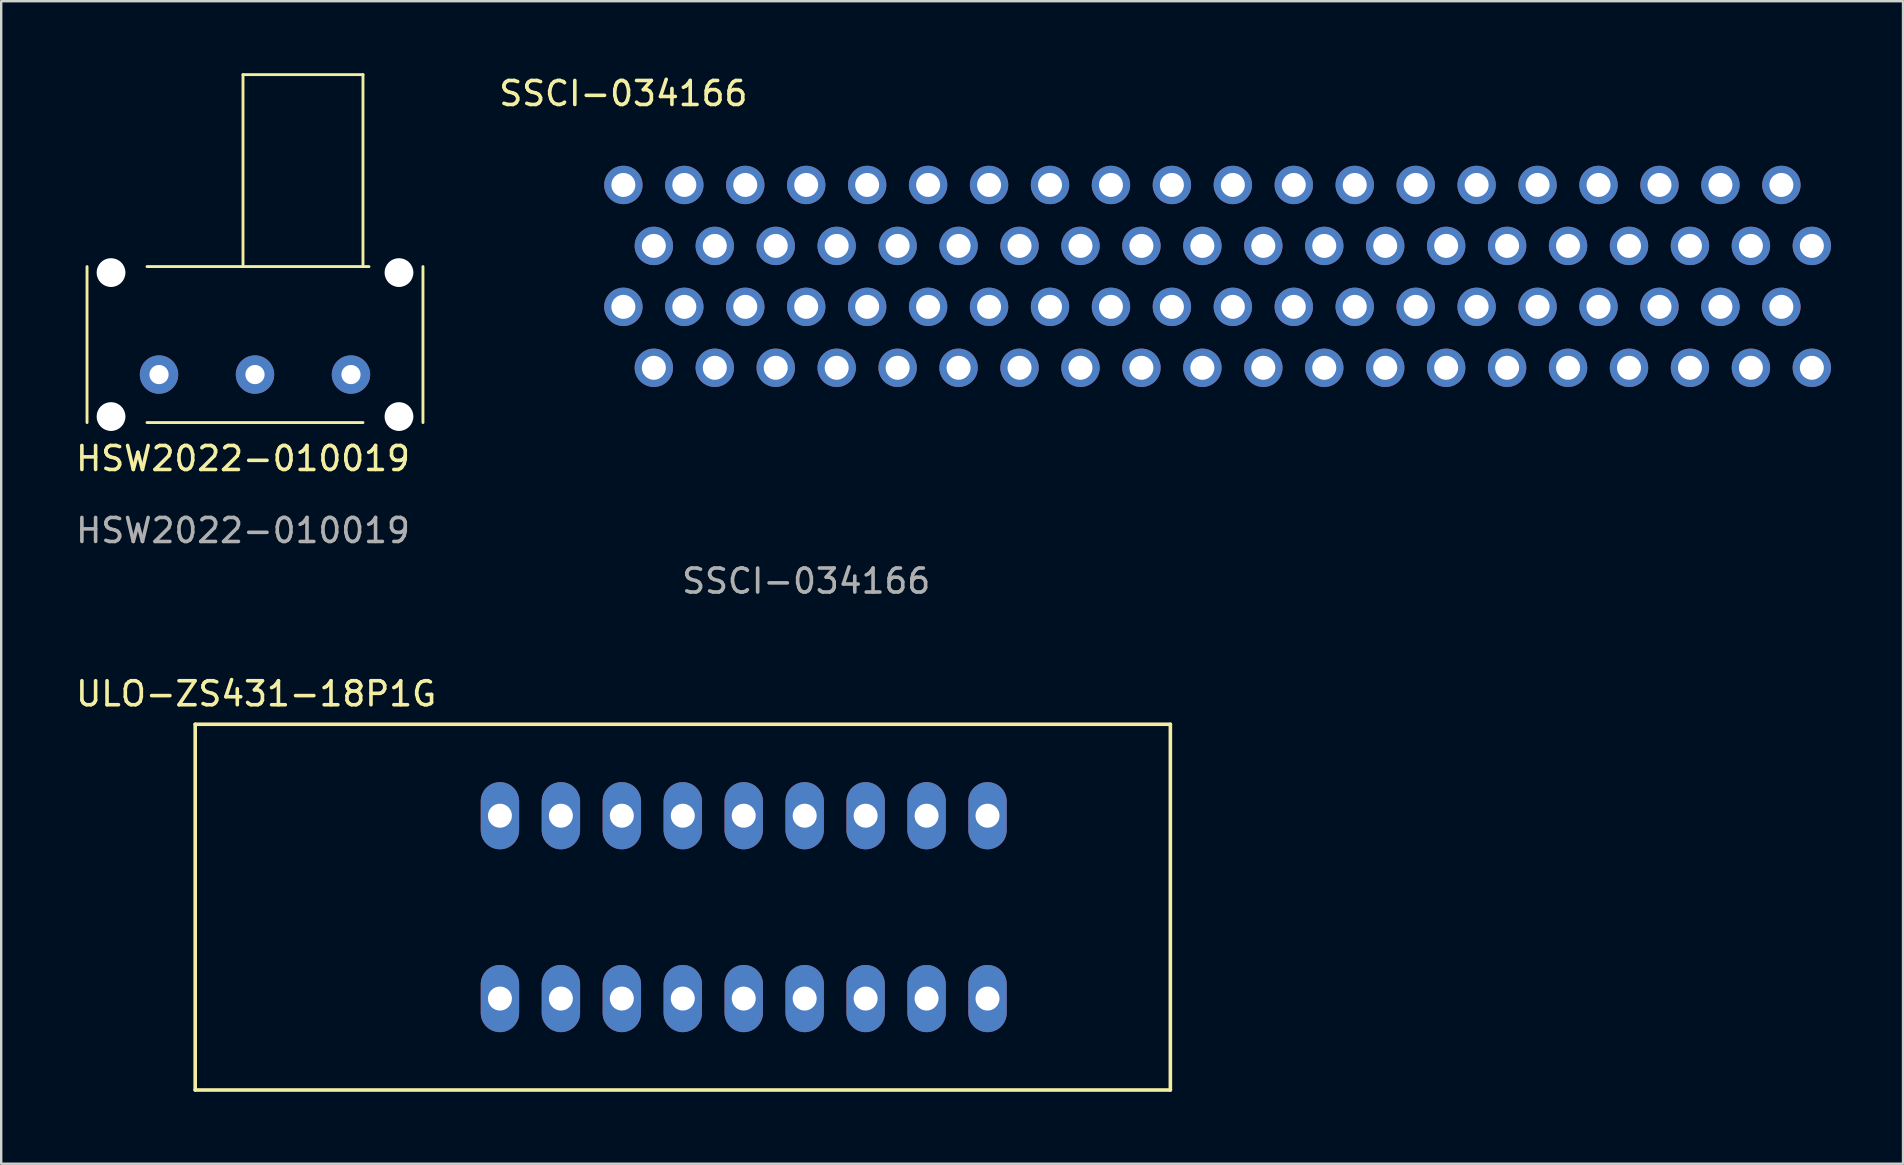
<source format=kicad_pcb>
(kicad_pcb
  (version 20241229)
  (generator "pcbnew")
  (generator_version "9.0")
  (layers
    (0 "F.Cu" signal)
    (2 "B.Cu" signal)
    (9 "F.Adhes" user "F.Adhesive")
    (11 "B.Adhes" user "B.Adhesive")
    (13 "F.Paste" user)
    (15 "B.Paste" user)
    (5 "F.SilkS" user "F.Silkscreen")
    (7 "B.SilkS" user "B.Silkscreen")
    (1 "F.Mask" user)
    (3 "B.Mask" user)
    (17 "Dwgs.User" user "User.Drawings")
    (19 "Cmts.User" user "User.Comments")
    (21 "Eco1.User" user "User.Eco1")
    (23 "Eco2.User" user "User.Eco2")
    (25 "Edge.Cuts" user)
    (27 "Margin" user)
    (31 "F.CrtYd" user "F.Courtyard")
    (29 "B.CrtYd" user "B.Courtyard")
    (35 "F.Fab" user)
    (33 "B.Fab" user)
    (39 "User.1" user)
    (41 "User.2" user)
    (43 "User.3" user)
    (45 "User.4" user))
  (footprint "SSCI-034166"
    (layer "F.Cu")
    (at 48.329 8.468)
    (property "Reference" "SSCI-034166" (at -25.4 -7.62 0) (unlocked yes) (layer "F.SilkS") (effects (font (size 1 1) (thickness 0.15))))
    (attr through_hole)
    (fp_text user "${REFERENCE}" (at -17.78 12.7 0) (unlocked yes) (layer "F.Fab") (effects (font (size 1 1) (thickness 0.15))))
    (pad "1" thru_hole circle (at -25.4 1.27) (size 1.6 1.6) (drill 1) (layers "*.Cu" "*.Mask"))
    (pad "2" thru_hole circle (at -24.13 3.81) (size 1.6 1.6) (drill 1) (layers "*.Cu" "*.Mask"))
    (pad "3" thru_hole circle (at -22.86 1.27) (size 1.6 1.6) (drill 1) (layers "*.Cu" "*.Mask"))
    (pad "4" thru_hole circle (at -21.59 3.81) (size 1.6 1.6) (drill 1) (layers "*.Cu" "*.Mask"))
    (pad "5" thru_hole circle (at -20.32 1.27) (size 1.6 1.6) (drill 1) (layers "*.Cu" "*.Mask"))
    (pad "6" thru_hole circle (at -19.05 3.81) (size 1.6 1.6) (drill 1) (layers "*.Cu" "*.Mask"))
    (pad "7" thru_hole circle (at -17.78 1.27) (size 1.6 1.6) (drill 1) (layers "*.Cu" "*.Mask"))
    (pad "8" thru_hole circle (at -16.51 3.81) (size 1.6 1.6) (drill 1) (layers "*.Cu" "*.Mask"))
    (pad "9" thru_hole circle (at -15.24 1.27) (size 1.6 1.6) (drill 1) (layers "*.Cu" "*.Mask"))
    (pad "10" thru_hole circle (at -13.97 3.81) (size 1.6 1.6) (drill 1) (layers "*.Cu" "*.Mask"))
    (pad "11" thru_hole circle (at -12.7 1.27) (size 1.6 1.6) (drill 1) (layers "*.Cu" "*.Mask"))
    (pad "12" thru_hole circle (at -11.43 3.81) (size 1.6 1.6) (drill 1) (layers "*.Cu" "*.Mask"))
    (pad "13" thru_hole circle (at -10.16 1.27) (size 1.6 1.6) (drill 1) (layers "*.Cu" "*.Mask"))
    (pad "14" thru_hole circle (at -8.89 3.81) (size 1.6 1.6) (drill 1) (layers "*.Cu" "*.Mask"))
    (pad "15" thru_hole circle (at -7.62 1.27) (size 1.6 1.6) (drill 1) (layers "*.Cu" "*.Mask"))
    (pad "16" thru_hole circle (at -6.35 3.81) (size 1.6 1.6) (drill 1) (layers "*.Cu" "*.Mask"))
    (pad "17" thru_hole circle (at -5.08 1.27) (size 1.6 1.6) (drill 1) (layers "*.Cu" "*.Mask"))
    (pad "18" thru_hole circle (at -3.81 3.81) (size 1.6 1.6) (drill 1) (layers "*.Cu" "*.Mask"))
    (pad "19" thru_hole circle (at -2.54 1.27) (size 1.6 1.6) (drill 1) (layers "*.Cu" "*.Mask"))
    (pad "20" thru_hole circle (at -1.27 3.81) (size 1.6 1.6) (drill 1) (layers "*.Cu" "*.Mask"))
    (pad "21" thru_hole circle (at 0 1.27) (size 1.6 1.6) (drill 1) (layers "*.Cu" "*.Mask"))
    (pad "22" thru_hole circle (at 1.27 3.81) (size 1.6 1.6) (drill 1) (layers "*.Cu" "*.Mask"))
    (pad "23" thru_hole circle (at 2.54 1.27) (size 1.6 1.6) (drill 1) (layers "*.Cu" "*.Mask"))
    (pad "24" thru_hole circle (at 3.81 3.81) (size 1.6 1.6) (drill 1) (layers "*.Cu" "*.Mask"))
    (pad "25" thru_hole circle (at 5.08 1.27) (size 1.6 1.6) (drill 1) (layers "*.Cu" "*.Mask"))
    (pad "26" thru_hole circle (at 6.35 3.81) (size 1.6 1.6) (drill 1) (layers "*.Cu" "*.Mask"))
    (pad "27" thru_hole circle (at 7.62 1.27) (size 1.6 1.6) (drill 1) (layers "*.Cu" "*.Mask"))
    (pad "28" thru_hole circle (at 8.89 3.81) (size 1.6 1.6) (drill 1) (layers "*.Cu" "*.Mask"))
    (pad "29" thru_hole circle (at 10.16 1.27) (size 1.6 1.6) (drill 1) (layers "*.Cu" "*.Mask"))
    (pad "30" thru_hole circle (at 11.43 3.81) (size 1.6 1.6) (drill 1) (layers "*.Cu" "*.Mask"))
    (pad "31" thru_hole circle (at 12.7 1.27) (size 1.6 1.6) (drill 1) (layers "*.Cu" "*.Mask"))
    (pad "32" thru_hole circle (at 13.97 3.81) (size 1.6 1.6) (drill 1) (layers "*.Cu" "*.Mask"))
    (pad "33" thru_hole circle (at 15.24 1.27) (size 1.6 1.6) (drill 1) (layers "*.Cu" "*.Mask"))
    (pad "34" thru_hole circle (at 16.51 3.81) (size 1.6 1.6) (drill 1) (layers "*.Cu" "*.Mask"))
    (pad "35" thru_hole circle (at 17.78 1.27) (size 1.6 1.6) (drill 1) (layers "*.Cu" "*.Mask"))
    (pad "36" thru_hole circle (at 19.05 3.81) (size 1.6 1.6) (drill 1) (layers "*.Cu" "*.Mask"))
    (pad "37" thru_hole circle (at 20.32 1.27) (size 1.6 1.6) (drill 1) (layers "*.Cu" "*.Mask"))
    (pad "38" thru_hole circle (at 21.59 3.81) (size 1.6 1.6) (drill 1) (layers "*.Cu" "*.Mask"))
    (pad "39" thru_hole circle (at 22.86 1.27) (size 1.6 1.6) (drill 1) (layers "*.Cu" "*.Mask"))
    (pad "40" thru_hole circle (at 24.13 3.81) (size 1.6 1.6) (drill 1) (layers "*.Cu" "*.Mask"))
    (pad "41" thru_hole circle (at -25.4 -3.81) (size 1.6 1.6) (drill 1) (layers "*.Cu" "*.Mask"))
    (pad "42" thru_hole circle (at -24.13 -1.27) (size 1.6 1.6) (drill 1) (layers "*.Cu" "*.Mask"))
    (pad "43" thru_hole circle (at -22.86 -3.81) (size 1.6 1.6) (drill 1) (layers "*.Cu" "*.Mask"))
    (pad "44" thru_hole circle (at -21.59 -1.27) (size 1.6 1.6) (drill 1) (layers "*.Cu" "*.Mask"))
    (pad "45" thru_hole circle (at -20.32 -3.81) (size 1.6 1.6) (drill 1) (layers "*.Cu" "*.Mask"))
    (pad "46" thru_hole circle (at -19.05 -1.27) (size 1.6 1.6) (drill 1) (layers "*.Cu" "*.Mask"))
    (pad "47" thru_hole circle (at -17.78 -3.81) (size 1.6 1.6) (drill 1) (layers "*.Cu" "*.Mask"))
    (pad "48" thru_hole circle (at -16.51 -1.27) (size 1.6 1.6) (drill 1) (layers "*.Cu" "*.Mask"))
    (pad "49" thru_hole circle (at -15.24 -3.81) (size 1.6 1.6) (drill 1) (layers "*.Cu" "*.Mask"))
    (pad "50" thru_hole circle (at -13.97 -1.27) (size 1.6 1.6) (drill 1) (layers "*.Cu" "*.Mask"))
    (pad "51" thru_hole circle (at -12.7 -3.81) (size 1.6 1.6) (drill 1) (layers "*.Cu" "*.Mask"))
    (pad "52" thru_hole circle (at -11.43 -1.27) (size 1.6 1.6) (drill 1) (layers "*.Cu" "*.Mask"))
    (pad "53" thru_hole circle (at -10.16 -3.81) (size 1.6 1.6) (drill 1) (layers "*.Cu" "*.Mask"))
    (pad "54" thru_hole circle (at -8.89 -1.27) (size 1.6 1.6) (drill 1) (layers "*.Cu" "*.Mask"))
    (pad "55" thru_hole circle (at -7.62 -3.81) (size 1.6 1.6) (drill 1) (layers "*.Cu" "*.Mask"))
    (pad "56" thru_hole circle (at -6.35 -1.27) (size 1.6 1.6) (drill 1) (layers "*.Cu" "*.Mask"))
    (pad "57" thru_hole circle (at -5.08 -3.81) (size 1.6 1.6) (drill 1) (layers "*.Cu" "*.Mask"))
    (pad "58" thru_hole circle (at -3.81 -1.27) (size 1.6 1.6) (drill 1) (layers "*.Cu" "*.Mask"))
    (pad "59" thru_hole circle (at -2.54 -3.81) (size 1.6 1.6) (drill 1) (layers "*.Cu" "*.Mask"))
    (pad "60" thru_hole circle (at -1.27 -1.27) (size 1.6 1.6) (drill 1) (layers "*.Cu" "*.Mask"))
    (pad "61" thru_hole circle (at 0 -3.81) (size 1.6 1.6) (drill 1) (layers "*.Cu" "*.Mask"))
    (pad "62" thru_hole circle (at 1.27 -1.27) (size 1.6 1.6) (drill 1) (layers "*.Cu" "*.Mask"))
    (pad "63" thru_hole circle (at 2.54 -3.81) (size 1.6 1.6) (drill 1) (layers "*.Cu" "*.Mask"))
    (pad "64" thru_hole circle (at 3.81 -1.27) (size 1.6 1.6) (drill 1) (layers "*.Cu" "*.Mask"))
    (pad "65" thru_hole circle (at 5.08 -3.81) (size 1.6 1.6) (drill 1) (layers "*.Cu" "*.Mask"))
    (pad "66" thru_hole circle (at 6.35 -1.27) (size 1.6 1.6) (drill 1) (layers "*.Cu" "*.Mask"))
    (pad "67" thru_hole circle (at 7.62 -3.81) (size 1.6 1.6) (drill 1) (layers "*.Cu" "*.Mask"))
    (pad "68" thru_hole circle (at 8.89 -1.27) (size 1.6 1.6) (drill 1) (layers "*.Cu" "*.Mask"))
    (pad "69" thru_hole circle (at 10.16 -3.81) (size 1.6 1.6) (drill 1) (layers "*.Cu" "*.Mask"))
    (pad "70" thru_hole circle (at 11.43 -1.27) (size 1.6 1.6) (drill 1) (layers "*.Cu" "*.Mask"))
    (pad "71" thru_hole circle (at 12.7 -3.81) (size 1.6 1.6) (drill 1) (layers "*.Cu" "*.Mask"))
    (pad "72" thru_hole circle (at 13.97 -1.27) (size 1.6 1.6) (drill 1) (layers "*.Cu" "*.Mask"))
    (pad "73" thru_hole circle (at 15.24 -3.81) (size 1.6 1.6) (drill 1) (layers "*.Cu" "*.Mask"))
    (pad "74" thru_hole circle (at 16.51 -1.27) (size 1.6 1.6) (drill 1) (layers "*.Cu" "*.Mask"))
    (pad "75" thru_hole circle (at 17.78 -3.81) (size 1.6 1.6) (drill 1) (layers "*.Cu" "*.Mask"))
    (pad "76" thru_hole circle (at 19.05 -1.27) (size 1.6 1.6) (drill 1) (layers "*.Cu" "*.Mask"))
    (pad "77" thru_hole circle (at 20.32 -3.81) (size 1.6 1.6) (drill 1) (layers "*.Cu" "*.Mask"))
    (pad "78" thru_hole circle (at 21.59 -1.27) (size 1.6 1.6) (drill 1) (layers "*.Cu" "*.Mask"))
    (pad "79" thru_hole circle (at 22.86 -3.81) (size 1.6 1.6) (drill 1) (layers "*.Cu" "*.Mask"))
    (pad "80" thru_hole circle (at 24.13 -1.27) (size 1.6 1.6) (drill 1) (layers "*.Cu" "*.Mask")))
  (footprint "ULO-ZS431-18P1G"
    (layer "F.Cu")
    (at 17.785 38.565)
    (property "Reference" "ULO-ZS431-18P1G" (at -10.16 -12.7 0) (layer "F.SilkS") (effects (font (size 1 1) (thickness 0.15))))
    (attr through_hole)
    (fp_line (start -12.7 -11.43) (end -12.7 3.81) (stroke (width 0.15) (type solid)) (layer "F.SilkS"))
    (fp_line (start -12.7 3.81) (end 27.94 3.81) (stroke (width 0.15) (type solid)) (layer "F.SilkS"))
    (fp_line (start 27.94 -11.43) (end -12.7 -11.43) (stroke (width 0.15) (type solid)) (layer "F.SilkS"))
    (fp_line (start 27.94 3.81) (end 27.94 -11.43) (stroke (width 0.15) (type solid)) (layer "F.SilkS"))
    (pad "1" thru_hole oval (at 0 0) (size 1.6 2.8) (drill 1) (layers "*.Cu" "*.Mask"))
    (pad "2" thru_hole oval (at 2.54 0) (size 1.6 2.8) (drill 1) (layers "*.Cu" "*.Mask"))
    (pad "3" thru_hole oval (at 5.08 0) (size 1.6 2.8) (drill 1) (layers "*.Cu" "*.Mask"))
    (pad "4" thru_hole oval (at 7.62 0) (size 1.6 2.8) (drill 1) (layers "*.Cu" "*.Mask"))
    (pad "5" thru_hole oval (at 10.16 0) (size 1.6 2.8) (drill 1) (layers "*.Cu" "*.Mask"))
    (pad "6" thru_hole oval (at 12.7 0) (size 1.6 2.8) (drill 1) (layers "*.Cu" "*.Mask"))
    (pad "7" thru_hole oval (at 15.24 0) (size 1.6 2.8) (drill 1) (layers "*.Cu" "*.Mask"))
    (pad "8" thru_hole oval (at 17.78 0) (size 1.6 2.8) (drill 1) (layers "*.Cu" "*.Mask"))
    (pad "9" thru_hole oval (at 20.32 0) (size 1.6 2.8) (drill 1) (layers "*.Cu" "*.Mask"))
    (pad "10" thru_hole oval (at 20.32 -7.62) (size 1.6 2.8) (drill 1) (layers "*.Cu" "*.Mask"))
    (pad "11" thru_hole oval (at 17.78 -7.62) (size 1.6 2.8) (drill 1) (layers "*.Cu" "*.Mask"))
    (pad "12" thru_hole oval (at 15.24 -7.62) (size 1.6 2.8) (drill 1) (layers "*.Cu" "*.Mask"))
    (pad "13" thru_hole oval (at 12.7 -7.62) (size 1.6 2.8) (drill 1) (layers "*.Cu" "*.Mask"))
    (pad "14" thru_hole oval (at 10.16 -7.62) (size 1.6 2.8) (drill 1) (layers "*.Cu" "*.Mask"))
    (pad "15" thru_hole oval (at 7.62 -7.62) (size 1.6 2.8) (drill 1) (layers "*.Cu" "*.Mask"))
    (pad "16" thru_hole oval (at 5.08 -7.62) (size 1.6 2.8) (drill 1) (layers "*.Cu" "*.Mask"))
    (pad "17" thru_hole oval (at 2.54 -7.62) (size 1.6 2.8) (drill 1) (layers "*.Cu" "*.Mask"))
    (pad "18" thru_hole oval (at 0 -7.62) (size 1.6 2.8) (drill 1) (layers "*.Cu" "*.Mask")))
  (footprint "HSW2022-010019"
    (layer "F.Cu")
    (at 7.577 11.31)
    (property "Reference" "HSW2022-010019" (at -0.5 4.75 0) (unlocked yes) (layer "F.SilkS") (effects (font (size 1 1) (thickness 0.15))))
    (attr through_hole)
    (fp_line (start -7 -3.25) (end -7 3.25) (stroke (width 0.12) (type default)) (layer "F.SilkS"))
    (fp_line (start -4.5 -3.25) (end 4.75 -3.25) (stroke (width 0.12) (type default)) (layer "F.SilkS"))
    (fp_line (start -4.5 3.25) (end 4.5 3.25) (stroke (width 0.12) (type default)) (layer "F.SilkS"))
    (fp_line (start -0.5 -11.25) (end 4.5 -11.25) (stroke (width 0.12) (type default)) (layer "F.SilkS"))
    (fp_line (start -0.5 -3.25) (end -0.5 -11.25) (stroke (width 0.12) (type default)) (layer "F.SilkS"))
    (fp_line (start 4.5 -11.25) (end 4.5 -3.25) (stroke (width 0.12) (type default)) (layer "F.SilkS"))
    (fp_line (start 7 -3.25) (end 7 3.25) (stroke (width 0.12) (type default)) (layer "F.SilkS"))
    (fp_text user "${REFERENCE}" (at -0.5 7.75 0) (unlocked yes) (layer "F.Fab") (effects (font (size 1 1) (thickness 0.15))))
    (pad "" np_thru_hole circle (at -6 -3) (size 1.2 1.2) (drill 1.2) (layers "*.Cu" "*.Mask"))
    (pad "" np_thru_hole circle (at -6 3) (size 1.2 1.2) (drill 1.2) (layers "*.Cu" "*.Mask"))
    (pad "" np_thru_hole circle (at 6 -3) (size 1.2 1.2) (drill 1.2) (layers "*.Cu" "*.Mask"))
    (pad "" np_thru_hole circle (at 6 3) (size 1.2 1.2) (drill 1.2) (layers "*.Cu" "*.Mask"))
    (pad "1" thru_hole circle (at -4 1.25) (size 1.6 1.6) (drill 0.8) (layers "*.Cu" "*.Mask"))
    (pad "2" thru_hole circle (at 0 1.25) (size 1.6 1.6) (drill 0.8) (layers "*.Cu" "*.Mask"))
    (pad "3" thru_hole circle (at 4 1.25) (size 1.6 1.6) (drill 0.8) (layers "*.Cu" "*.Mask")))
  (gr_rect
    (start -3 -3)
    (end 76.259 45.45)
    (stroke (width 0.1) (type default))
    (fill no)
    (layer "Edge.Cuts")))
</source>
